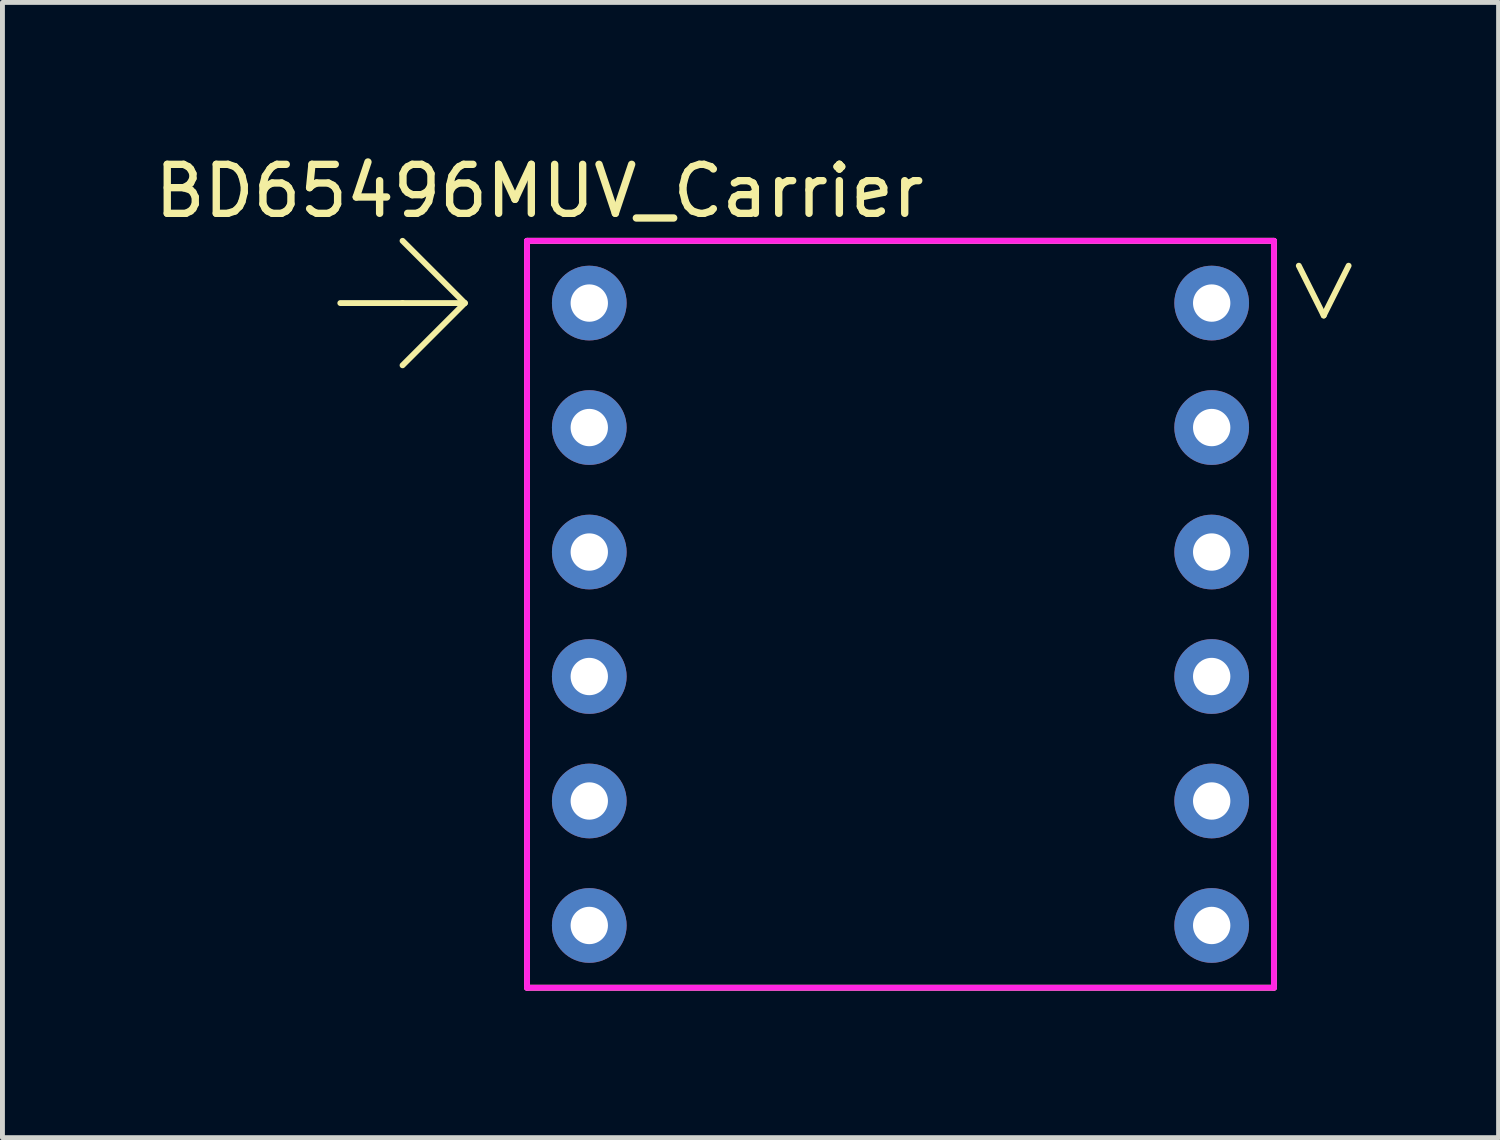
<source format=kicad_pcb>
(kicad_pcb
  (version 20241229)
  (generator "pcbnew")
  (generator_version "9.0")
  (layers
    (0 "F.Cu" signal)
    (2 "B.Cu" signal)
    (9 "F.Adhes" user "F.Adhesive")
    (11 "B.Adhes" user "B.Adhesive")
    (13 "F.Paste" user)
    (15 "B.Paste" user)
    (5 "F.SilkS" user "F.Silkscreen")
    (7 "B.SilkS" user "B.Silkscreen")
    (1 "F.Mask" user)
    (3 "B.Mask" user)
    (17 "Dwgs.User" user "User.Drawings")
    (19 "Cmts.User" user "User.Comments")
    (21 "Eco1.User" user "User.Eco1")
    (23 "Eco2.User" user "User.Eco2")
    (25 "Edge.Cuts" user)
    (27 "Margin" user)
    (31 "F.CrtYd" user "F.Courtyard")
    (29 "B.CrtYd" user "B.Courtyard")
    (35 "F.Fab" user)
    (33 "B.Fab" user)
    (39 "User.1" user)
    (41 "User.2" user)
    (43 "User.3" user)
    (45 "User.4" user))
  (footprint "BD65496MUV_Carrier"
    (layer "F.Cu")
    (at 7.704 1.864)
    (property "Reference" "BD65496MUV_Carrier" (at 0.254 -1.016 0) (layer "F.SilkS") (effects (font (size 1 1) (thickness 0.15))))
    (attr through_hole)
    (fp_line (start -2.54 1.27) (end -3.81 1.27) (stroke (width 0.12) (type solid)) (layer "F.SilkS"))
    (fp_line (start -1.27 1.27) (end -2.54 0) (stroke (width 0.12) (type solid)) (layer "F.SilkS"))
    (fp_line (start -1.27 1.27) (end -2.54 1.27) (stroke (width 0.12) (type solid)) (layer "F.SilkS"))
    (fp_line (start -1.27 1.27) (end -2.54 2.54) (stroke (width 0.12) (type solid)) (layer "F.SilkS"))
    (fp_line (start 0 0) (end 15.24 0) (stroke (width 0.12) (type solid)) (layer "F.SilkS"))
    (fp_line (start 0 15.24) (end 0 0) (stroke (width 0.12) (type solid)) (layer "F.SilkS"))
    (fp_line (start 15.24 0) (end 15.24 15.24) (stroke (width 0.12) (type solid)) (layer "F.SilkS"))
    (fp_line (start 15.24 15.24) (end 0 15.24) (stroke (width 0.12) (type solid)) (layer "F.SilkS"))
    (fp_line (start 15.748 0.508) (end 16.256 1.524) (stroke (width 0.12) (type solid)) (layer "F.SilkS"))
    (fp_line (start 16.256 1.524) (end 16.764 0.508) (stroke (width 0.12) (type solid)) (layer "F.SilkS"))
    (fp_line (start 0 0) (end 15.24 0) (stroke (width 0.12) (type solid)) (layer "F.CrtYd"))
    (fp_line (start 0 15.24) (end 0 0) (stroke (width 0.12) (type solid)) (layer "F.CrtYd"))
    (fp_line (start 15.24 0) (end 15.24 15.24) (stroke (width 0.12) (type solid)) (layer "F.CrtYd"))
    (fp_line (start 15.24 15.24) (end 0 15.24) (stroke (width 0.12) (type solid)) (layer "F.CrtYd"))
    (pad "1" thru_hole circle (at 1.27 1.27) (size 1.524 1.524) (drill 0.762) (layers "*.Cu" "*.Mask"))
    (pad "2" thru_hole circle (at 1.27 3.81) (size 1.524 1.524) (drill 0.762) (layers "*.Cu" "*.Mask"))
    (pad "3" thru_hole circle (at 1.27 6.35) (size 1.524 1.524) (drill 0.762) (layers "*.Cu" "*.Mask"))
    (pad "4" thru_hole circle (at 1.27 8.89) (size 1.524 1.524) (drill 0.762) (layers "*.Cu" "*.Mask"))
    (pad "5" thru_hole circle (at 1.27 11.43) (size 1.524 1.524) (drill 0.762) (layers "*.Cu" "*.Mask"))
    (pad "6" thru_hole circle (at 1.27 13.97) (size 1.524 1.524) (drill 0.762) (layers "*.Cu" "*.Mask"))
    (pad "7" thru_hole circle (at 13.97 1.27) (size 1.524 1.524) (drill 0.762) (layers "*.Cu" "*.Mask"))
    (pad "8" thru_hole circle (at 13.97 3.81) (size 1.524 1.524) (drill 0.762) (layers "*.Cu" "*.Mask"))
    (pad "9" thru_hole circle (at 13.97 6.35) (size 1.524 1.524) (drill 0.762) (layers "*.Cu" "*.Mask"))
    (pad "10" thru_hole circle (at 13.97 8.89) (size 1.524 1.524) (drill 0.762) (layers "*.Cu" "*.Mask"))
    (pad "11" thru_hole circle (at 13.97 11.43) (size 1.524 1.524) (drill 0.762) (layers "*.Cu" "*.Mask"))
    (pad "12" thru_hole circle (at 13.97 13.97) (size 1.524 1.524) (drill 0.762) (layers "*.Cu" "*.Mask")))
  (gr_rect
    (start -3 -3)
    (end 27.528 20.164)
    (stroke (width 0.1) (type default))
    (fill no)
    (layer "Edge.Cuts")))
</source>
